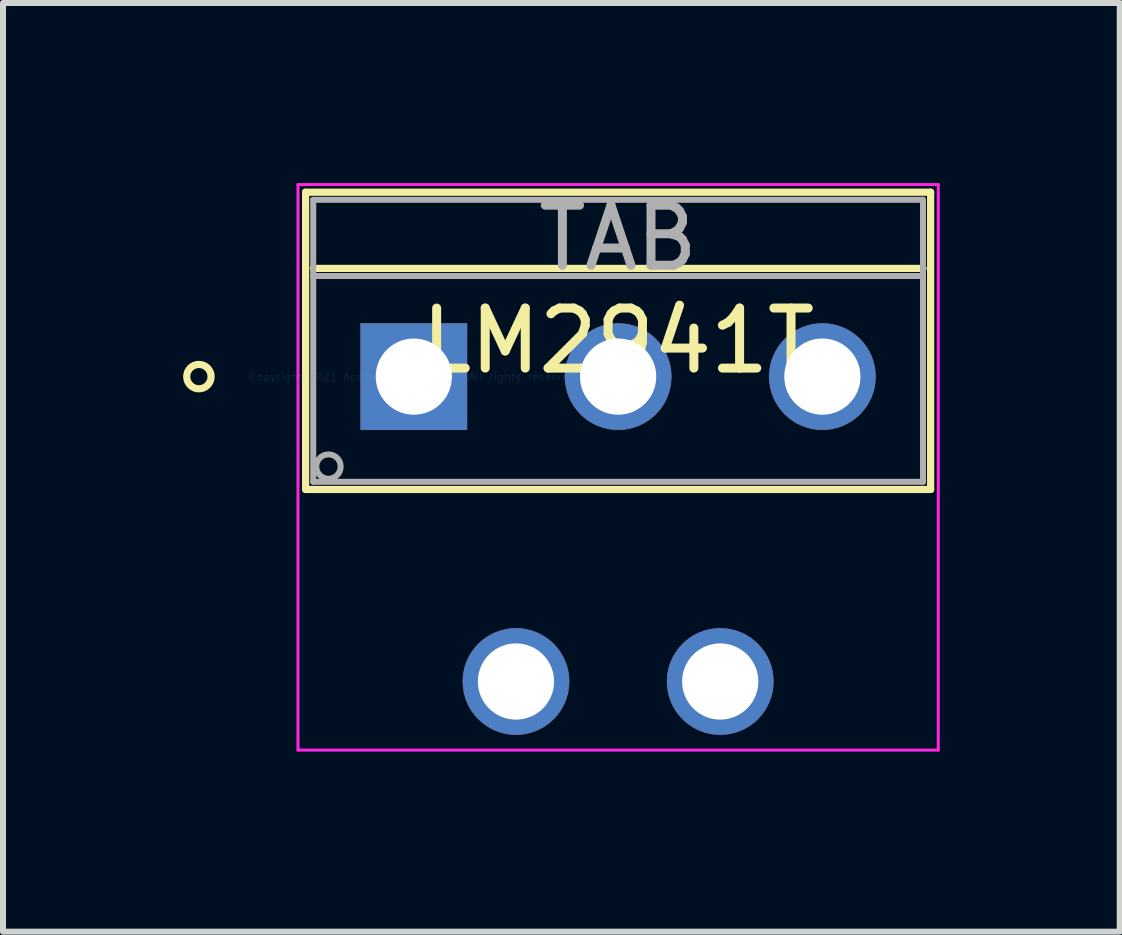
<source format=kicad_pcb>
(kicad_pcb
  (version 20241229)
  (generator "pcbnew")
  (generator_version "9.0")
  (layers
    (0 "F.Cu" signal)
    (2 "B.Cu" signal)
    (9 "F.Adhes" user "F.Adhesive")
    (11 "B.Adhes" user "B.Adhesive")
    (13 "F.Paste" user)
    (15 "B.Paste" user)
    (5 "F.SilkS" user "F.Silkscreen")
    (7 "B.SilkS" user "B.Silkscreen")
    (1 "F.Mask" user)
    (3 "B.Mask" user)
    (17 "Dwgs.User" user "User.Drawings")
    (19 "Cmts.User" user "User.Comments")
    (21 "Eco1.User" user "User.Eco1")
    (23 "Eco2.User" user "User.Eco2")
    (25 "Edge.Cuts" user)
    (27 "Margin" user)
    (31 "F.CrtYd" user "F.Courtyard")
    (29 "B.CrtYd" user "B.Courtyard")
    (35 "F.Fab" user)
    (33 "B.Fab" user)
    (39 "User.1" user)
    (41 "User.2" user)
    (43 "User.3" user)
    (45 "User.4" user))
  (footprint "LM2941T"
    (layer "F.Cu")
    (at 3.845 3.225)
    (property "Reference" "LM2941T" (at 3.404 -0.597 0) (layer "F.SilkS") (effects (font (size 1 1) (thickness 0.15))))
    (attr through_hole)
    (fp_line (start -1.803 -3.073) (end -1.803 1.88) (stroke (width 0.12) (type solid)) (layer "F.SilkS"))
    (fp_line (start -1.803 1.88) (end 8.611 1.88) (stroke (width 0.12) (type solid)) (layer "F.SilkS"))
    (fp_line (start -1.676 -1.803) (end 8.484 -1.803) (stroke (width 0.12) (type solid)) (layer "F.SilkS"))
    (fp_line (start 8.611 -3.073) (end -1.803 -3.073) (stroke (width 0.12) (type solid)) (layer "F.SilkS"))
    (fp_line (start 8.611 1.88) (end 8.611 -3.073) (stroke (width 0.12) (type solid)) (layer "F.SilkS"))
    (fp_circle (center -3.581 0) (end -3.378 0) (stroke (width 0.12) (type solid)) (fill no) (layer "F.SilkS"))
    (fp_line (start -1.93 -3.2) (end -1.93 6.223) (stroke (width 0.05) (type solid)) (layer "F.CrtYd"))
    (fp_line (start -1.93 6.223) (end 8.738 6.223) (stroke (width 0.05) (type solid)) (layer "F.CrtYd"))
    (fp_line (start 8.738 -3.2) (end -1.93 -3.2) (stroke (width 0.05) (type solid)) (layer "F.CrtYd"))
    (fp_line (start 8.738 6.223) (end 8.738 -3.2) (stroke (width 0.05) (type solid)) (layer "F.CrtYd"))
    (fp_line (start -1.676 -2.946) (end -1.676 1.753) (stroke (width 0.1) (type solid)) (layer "F.Fab"))
    (fp_line (start -1.676 -1.676) (end 8.484 -1.676) (stroke (width 0.1) (type solid)) (layer "F.Fab"))
    (fp_line (start -1.676 1.753) (end 8.484 1.753) (stroke (width 0.1) (type solid)) (layer "F.Fab"))
    (fp_line (start 8.484 -2.946) (end -1.676 -2.946) (stroke (width 0.1) (type solid)) (layer "F.Fab"))
    (fp_line (start 8.484 1.753) (end 8.484 -2.946) (stroke (width 0.1) (type solid)) (layer "F.Fab"))
    (fp_circle (center -1.422 1.499) (end -1.219 1.499) (stroke (width 0.1) (type solid)) (fill no) (layer "F.Fab"))
    (fp_text user "*" (at 0 0 0) (layer "F.SilkS") (effects (font (size 1 1) (thickness 0.15))))
    (fp_text user "Copyright 2021 Accelerated Designs. All rights reserved." (at 0 0 0) (layer "Cmts.User") (effects (font (size 0.127 0.127) (thickness 0.002))))
    (fp_text user "*" (at 0 0 0) (layer "F.Fab") (effects (font (size 1 1) (thickness 0.15))))
    (fp_text user "TAB" (at 3.404 -2.311 0) (layer "F.Fab") (effects (font (size 1 1) (thickness 0.15))))
    (pad "1" thru_hole rect (at 0 0) (size 1.778 1.778) (drill 1.27) (layers "*.Cu" "*.Mask"))
    (pad "2" thru_hole circle (at 1.702 5.08) (size 1.778 1.778) (drill 1.27) (layers "*.Cu" "*.Mask"))
    (pad "3" thru_hole circle (at 3.404 0) (size 1.778 1.778) (drill 1.27) (layers "*.Cu" "*.Mask"))
    (pad "4" thru_hole circle (at 5.105 5.08) (size 1.778 1.778) (drill 1.27) (layers "*.Cu" "*.Mask"))
    (pad "5" thru_hole circle (at 6.807 0) (size 1.778 1.778) (drill 1.27) (layers "*.Cu" "*.Mask")))
  (gr_rect
    (start -3 -3)
    (end 15.607 12.473)
    (stroke (width 0.1) (type default))
    (fill no)
    (layer "Edge.Cuts")))
</source>
